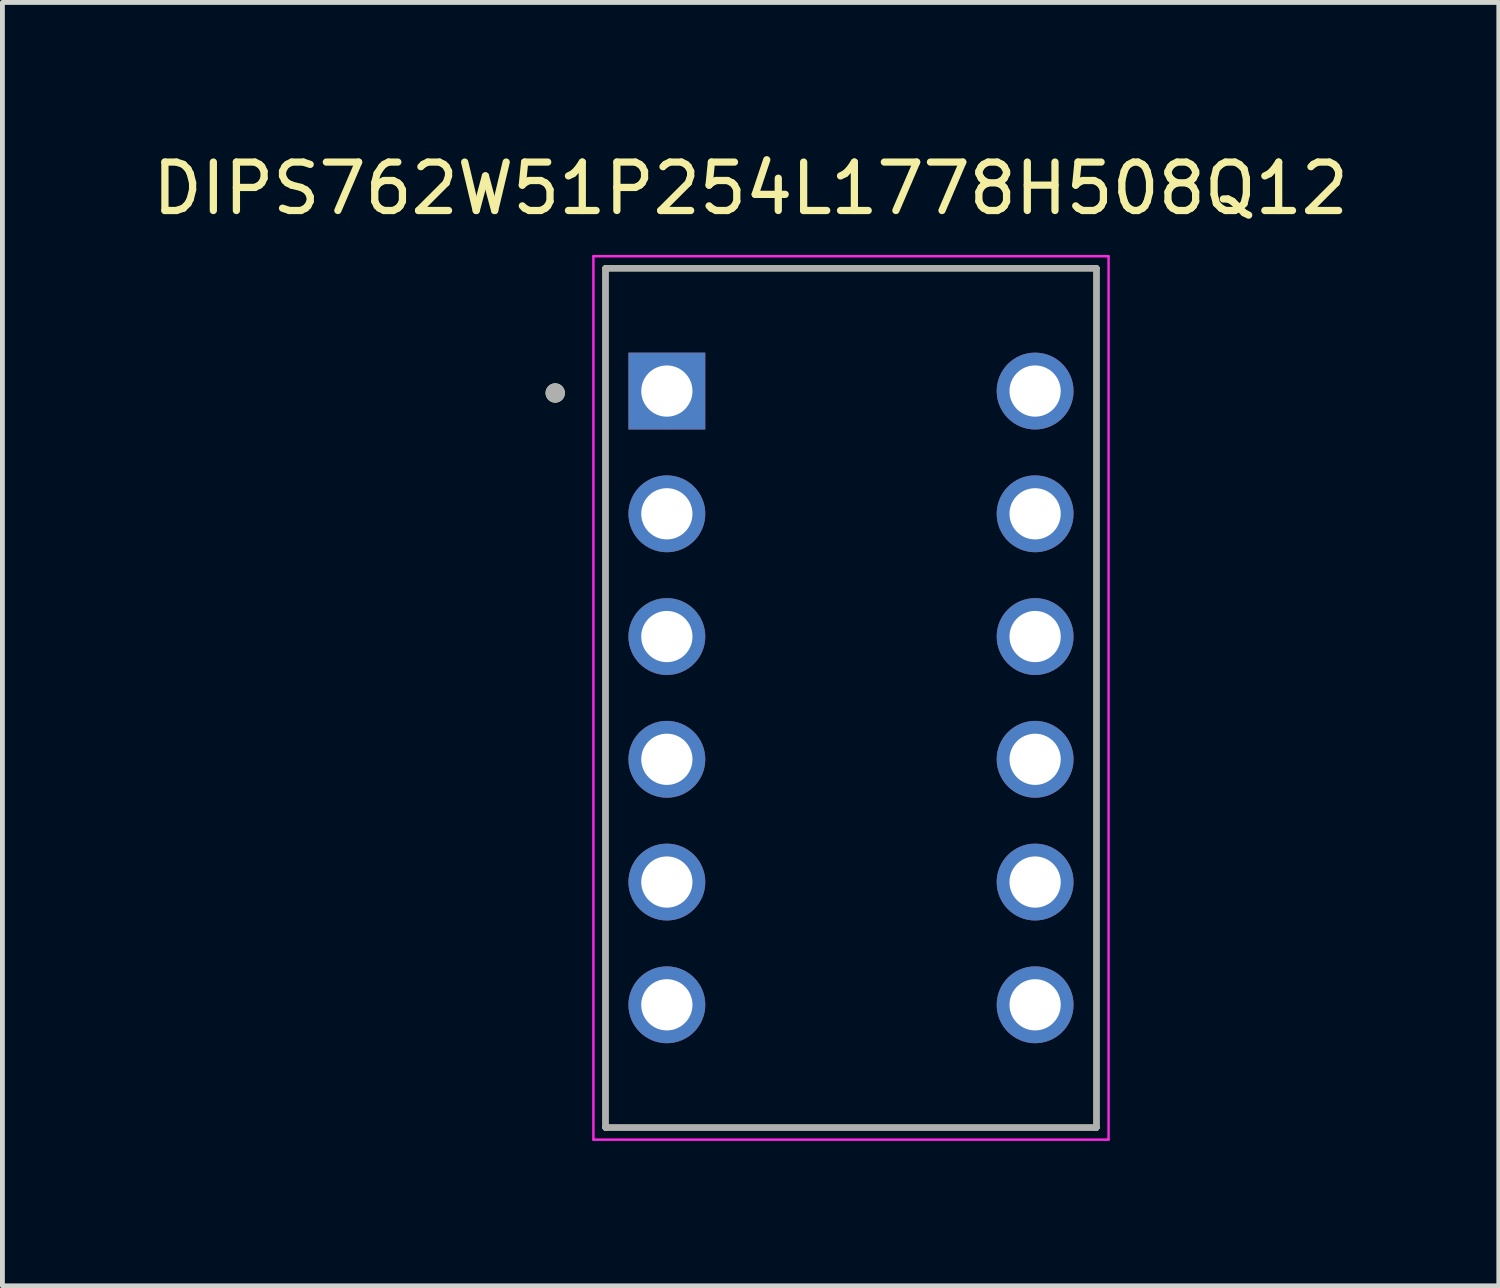
<source format=kicad_pcb>
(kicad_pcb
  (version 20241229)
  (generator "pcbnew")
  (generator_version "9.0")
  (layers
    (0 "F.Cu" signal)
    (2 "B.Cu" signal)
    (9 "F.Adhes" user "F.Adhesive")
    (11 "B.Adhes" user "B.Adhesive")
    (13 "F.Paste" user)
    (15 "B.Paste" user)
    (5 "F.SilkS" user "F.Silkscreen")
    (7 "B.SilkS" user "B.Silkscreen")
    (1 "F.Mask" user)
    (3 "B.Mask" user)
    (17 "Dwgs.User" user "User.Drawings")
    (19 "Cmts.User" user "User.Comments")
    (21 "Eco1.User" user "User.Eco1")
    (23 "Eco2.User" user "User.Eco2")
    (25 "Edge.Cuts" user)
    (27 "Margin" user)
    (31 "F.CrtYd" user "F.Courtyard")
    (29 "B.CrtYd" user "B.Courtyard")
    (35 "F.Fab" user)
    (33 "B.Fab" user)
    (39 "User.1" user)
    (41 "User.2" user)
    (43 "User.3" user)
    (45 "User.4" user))
  (footprint "DIPS762W51P254L1778H508Q12"
    (layer "F.Cu")
    (at 14.559 11.392)
    (property "Reference" "DIPS762W51P254L1778H508Q12" (at -2.077 -10.542 0) (layer "F.SilkS") (effects (font (size 1.002 1.002) (thickness 0.15))))
    (attr through_hole)
    (fp_line (start -5.08 -8.89) (end -5.08 8.89) (stroke (width 0.127) (type solid)) (layer "F.SilkS"))
    (fp_line (start -5.08 8.89) (end 5.08 8.89) (stroke (width 0.127) (type solid)) (layer "F.SilkS"))
    (fp_line (start 5.08 -8.89) (end -5.08 -8.89) (stroke (width 0.127) (type solid)) (layer "F.SilkS"))
    (fp_line (start 5.08 8.89) (end 5.08 -8.89) (stroke (width 0.127) (type solid)) (layer "F.SilkS"))
    (fp_circle (center -6.12 -6.31) (end -6.02 -6.31) (stroke (width 0.2) (type solid)) (fill no) (layer "F.SilkS"))
    (fp_line (start -5.33 -9.14) (end -5.33 9.14) (stroke (width 0.05) (type solid)) (layer "F.CrtYd"))
    (fp_line (start -5.33 9.14) (end 5.33 9.14) (stroke (width 0.05) (type solid)) (layer "F.CrtYd"))
    (fp_line (start 5.33 -9.14) (end -5.33 -9.14) (stroke (width 0.05) (type solid)) (layer "F.CrtYd"))
    (fp_line (start 5.33 9.14) (end 5.33 -9.14) (stroke (width 0.05) (type solid)) (layer "F.CrtYd"))
    (fp_line (start -5.08 -8.89) (end -5.08 8.89) (stroke (width 0.127) (type solid)) (layer "F.Fab"))
    (fp_line (start -5.08 8.89) (end 5.08 8.89) (stroke (width 0.127) (type solid)) (layer "F.Fab"))
    (fp_line (start 5.08 -8.89) (end -5.08 -8.89) (stroke (width 0.127) (type solid)) (layer "F.Fab"))
    (fp_line (start 5.08 8.89) (end 5.08 -8.89) (stroke (width 0.127) (type solid)) (layer "F.Fab"))
    (fp_circle (center -6.12 -6.31) (end -6.02 -6.31) (stroke (width 0.2) (type solid)) (fill no) (layer "F.Fab"))
    (pad "1" thru_hole rect (at -3.81 -6.35) (size 1.59 1.59) (drill 1.06) (layers "*.Cu" "*.Mask"))
    (pad "2" thru_hole circle (at -3.81 -3.81) (size 1.59 1.59) (drill 1.06) (layers "*.Cu" "*.Mask"))
    (pad "3" thru_hole circle (at -3.81 -1.27) (size 1.59 1.59) (drill 1.06) (layers "*.Cu" "*.Mask"))
    (pad "4" thru_hole circle (at -3.81 1.27) (size 1.59 1.59) (drill 1.06) (layers "*.Cu" "*.Mask"))
    (pad "5" thru_hole circle (at -3.81 3.81) (size 1.59 1.59) (drill 1.06) (layers "*.Cu" "*.Mask"))
    (pad "6" thru_hole circle (at -3.81 6.35) (size 1.59 1.59) (drill 1.06) (layers "*.Cu" "*.Mask"))
    (pad "7" thru_hole circle (at 3.81 6.35) (size 1.59 1.59) (drill 1.06) (layers "*.Cu" "*.Mask"))
    (pad "8" thru_hole circle (at 3.81 3.81) (size 1.59 1.59) (drill 1.06) (layers "*.Cu" "*.Mask"))
    (pad "9" thru_hole circle (at 3.81 1.27) (size 1.59 1.59) (drill 1.06) (layers "*.Cu" "*.Mask"))
    (pad "10" thru_hole circle (at 3.81 -1.27) (size 1.59 1.59) (drill 1.06) (layers "*.Cu" "*.Mask"))
    (pad "11" thru_hole circle (at 3.81 -3.81) (size 1.59 1.59) (drill 1.06) (layers "*.Cu" "*.Mask"))
    (pad "12" thru_hole circle (at 3.81 -6.35) (size 1.59 1.59) (drill 1.06) (layers "*.Cu" "*.Mask")))
  (gr_rect
    (start -3 -3)
    (end 27.964 23.557)
    (stroke (width 0.1) (type default))
    (fill no)
    (layer "Edge.Cuts")))
</source>
